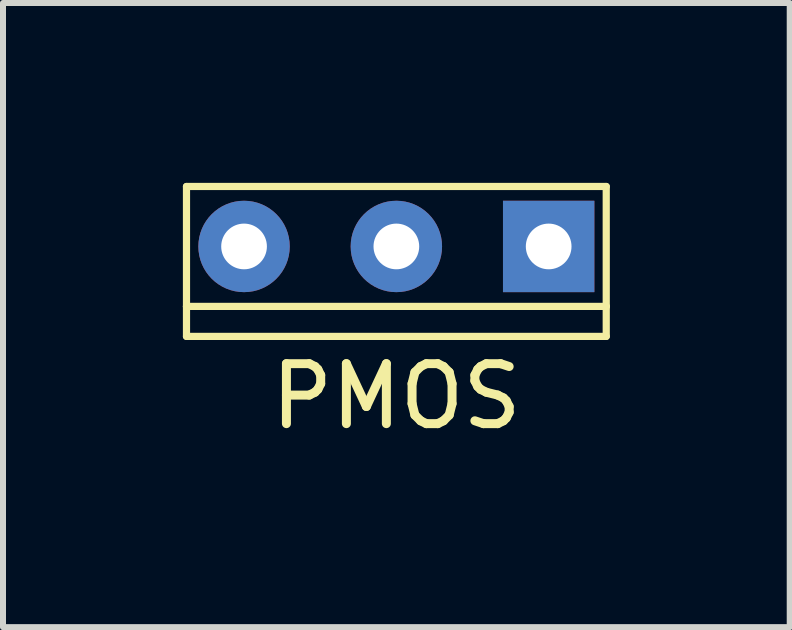
<source format=kicad_pcb>
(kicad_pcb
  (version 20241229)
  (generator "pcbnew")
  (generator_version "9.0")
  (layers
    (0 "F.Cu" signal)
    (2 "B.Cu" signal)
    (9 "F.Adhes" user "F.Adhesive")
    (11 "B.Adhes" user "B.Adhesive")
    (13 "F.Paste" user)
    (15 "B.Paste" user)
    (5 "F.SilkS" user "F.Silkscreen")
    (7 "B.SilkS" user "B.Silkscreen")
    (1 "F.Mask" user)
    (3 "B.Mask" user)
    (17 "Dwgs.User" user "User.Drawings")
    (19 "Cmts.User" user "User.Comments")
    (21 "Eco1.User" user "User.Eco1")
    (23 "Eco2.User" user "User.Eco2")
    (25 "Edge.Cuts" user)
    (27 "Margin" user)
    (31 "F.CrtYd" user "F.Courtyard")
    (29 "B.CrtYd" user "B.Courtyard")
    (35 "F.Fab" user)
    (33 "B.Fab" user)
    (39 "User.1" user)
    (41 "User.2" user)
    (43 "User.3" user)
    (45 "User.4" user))
  (footprint "PMOS"
    (layer "F.Cu")
    (at 3.56 1.06)
    (property "Reference" "PMOS" (at 0 2.5 0) (layer "F.SilkS") (effects (font (size 1 1) (thickness 0.15))))
    (attr through_hole)
    (fp_line (start -3.5 -1) (end 3.5 -1) (stroke (width 0.12) (type solid)) (layer "F.SilkS"))
    (fp_line (start -3.5 1) (end -3.5 -1) (stroke (width 0.12) (type solid)) (layer "F.SilkS"))
    (fp_line (start -3.5 1) (end -3.5 1.5) (stroke (width 0.12) (type solid)) (layer "F.SilkS"))
    (fp_line (start -3.5 1.5) (end 3.5 1.5) (stroke (width 0.12) (type solid)) (layer "F.SilkS"))
    (fp_line (start 3.5 -1) (end 3.5 1) (stroke (width 0.12) (type solid)) (layer "F.SilkS"))
    (fp_line (start 3.5 1) (end -3.5 1) (stroke (width 0.12) (type solid)) (layer "F.SilkS"))
    (fp_line (start 3.5 1.5) (end 3.5 1) (stroke (width 0.12) (type solid)) (layer "F.SilkS"))
    (pad "1" thru_hole rect (at 2.54 0) (size 1.524 1.524) (drill oval 0.762) (layers "*.Cu" "*.Mask"))
    (pad "2" thru_hole circle (at 0 0) (size 1.524 1.524) (drill 0.762) (layers "*.Cu" "*.Mask"))
    (pad "3" thru_hole circle (at -2.54 0) (size 1.524 1.524) (drill 0.762) (layers "*.Cu" "*.Mask")))
  (gr_rect
    (start -3 -3)
    (end 10.12 7.408)
    (stroke (width 0.1) (type default))
    (fill no)
    (layer "Edge.Cuts")))
</source>
